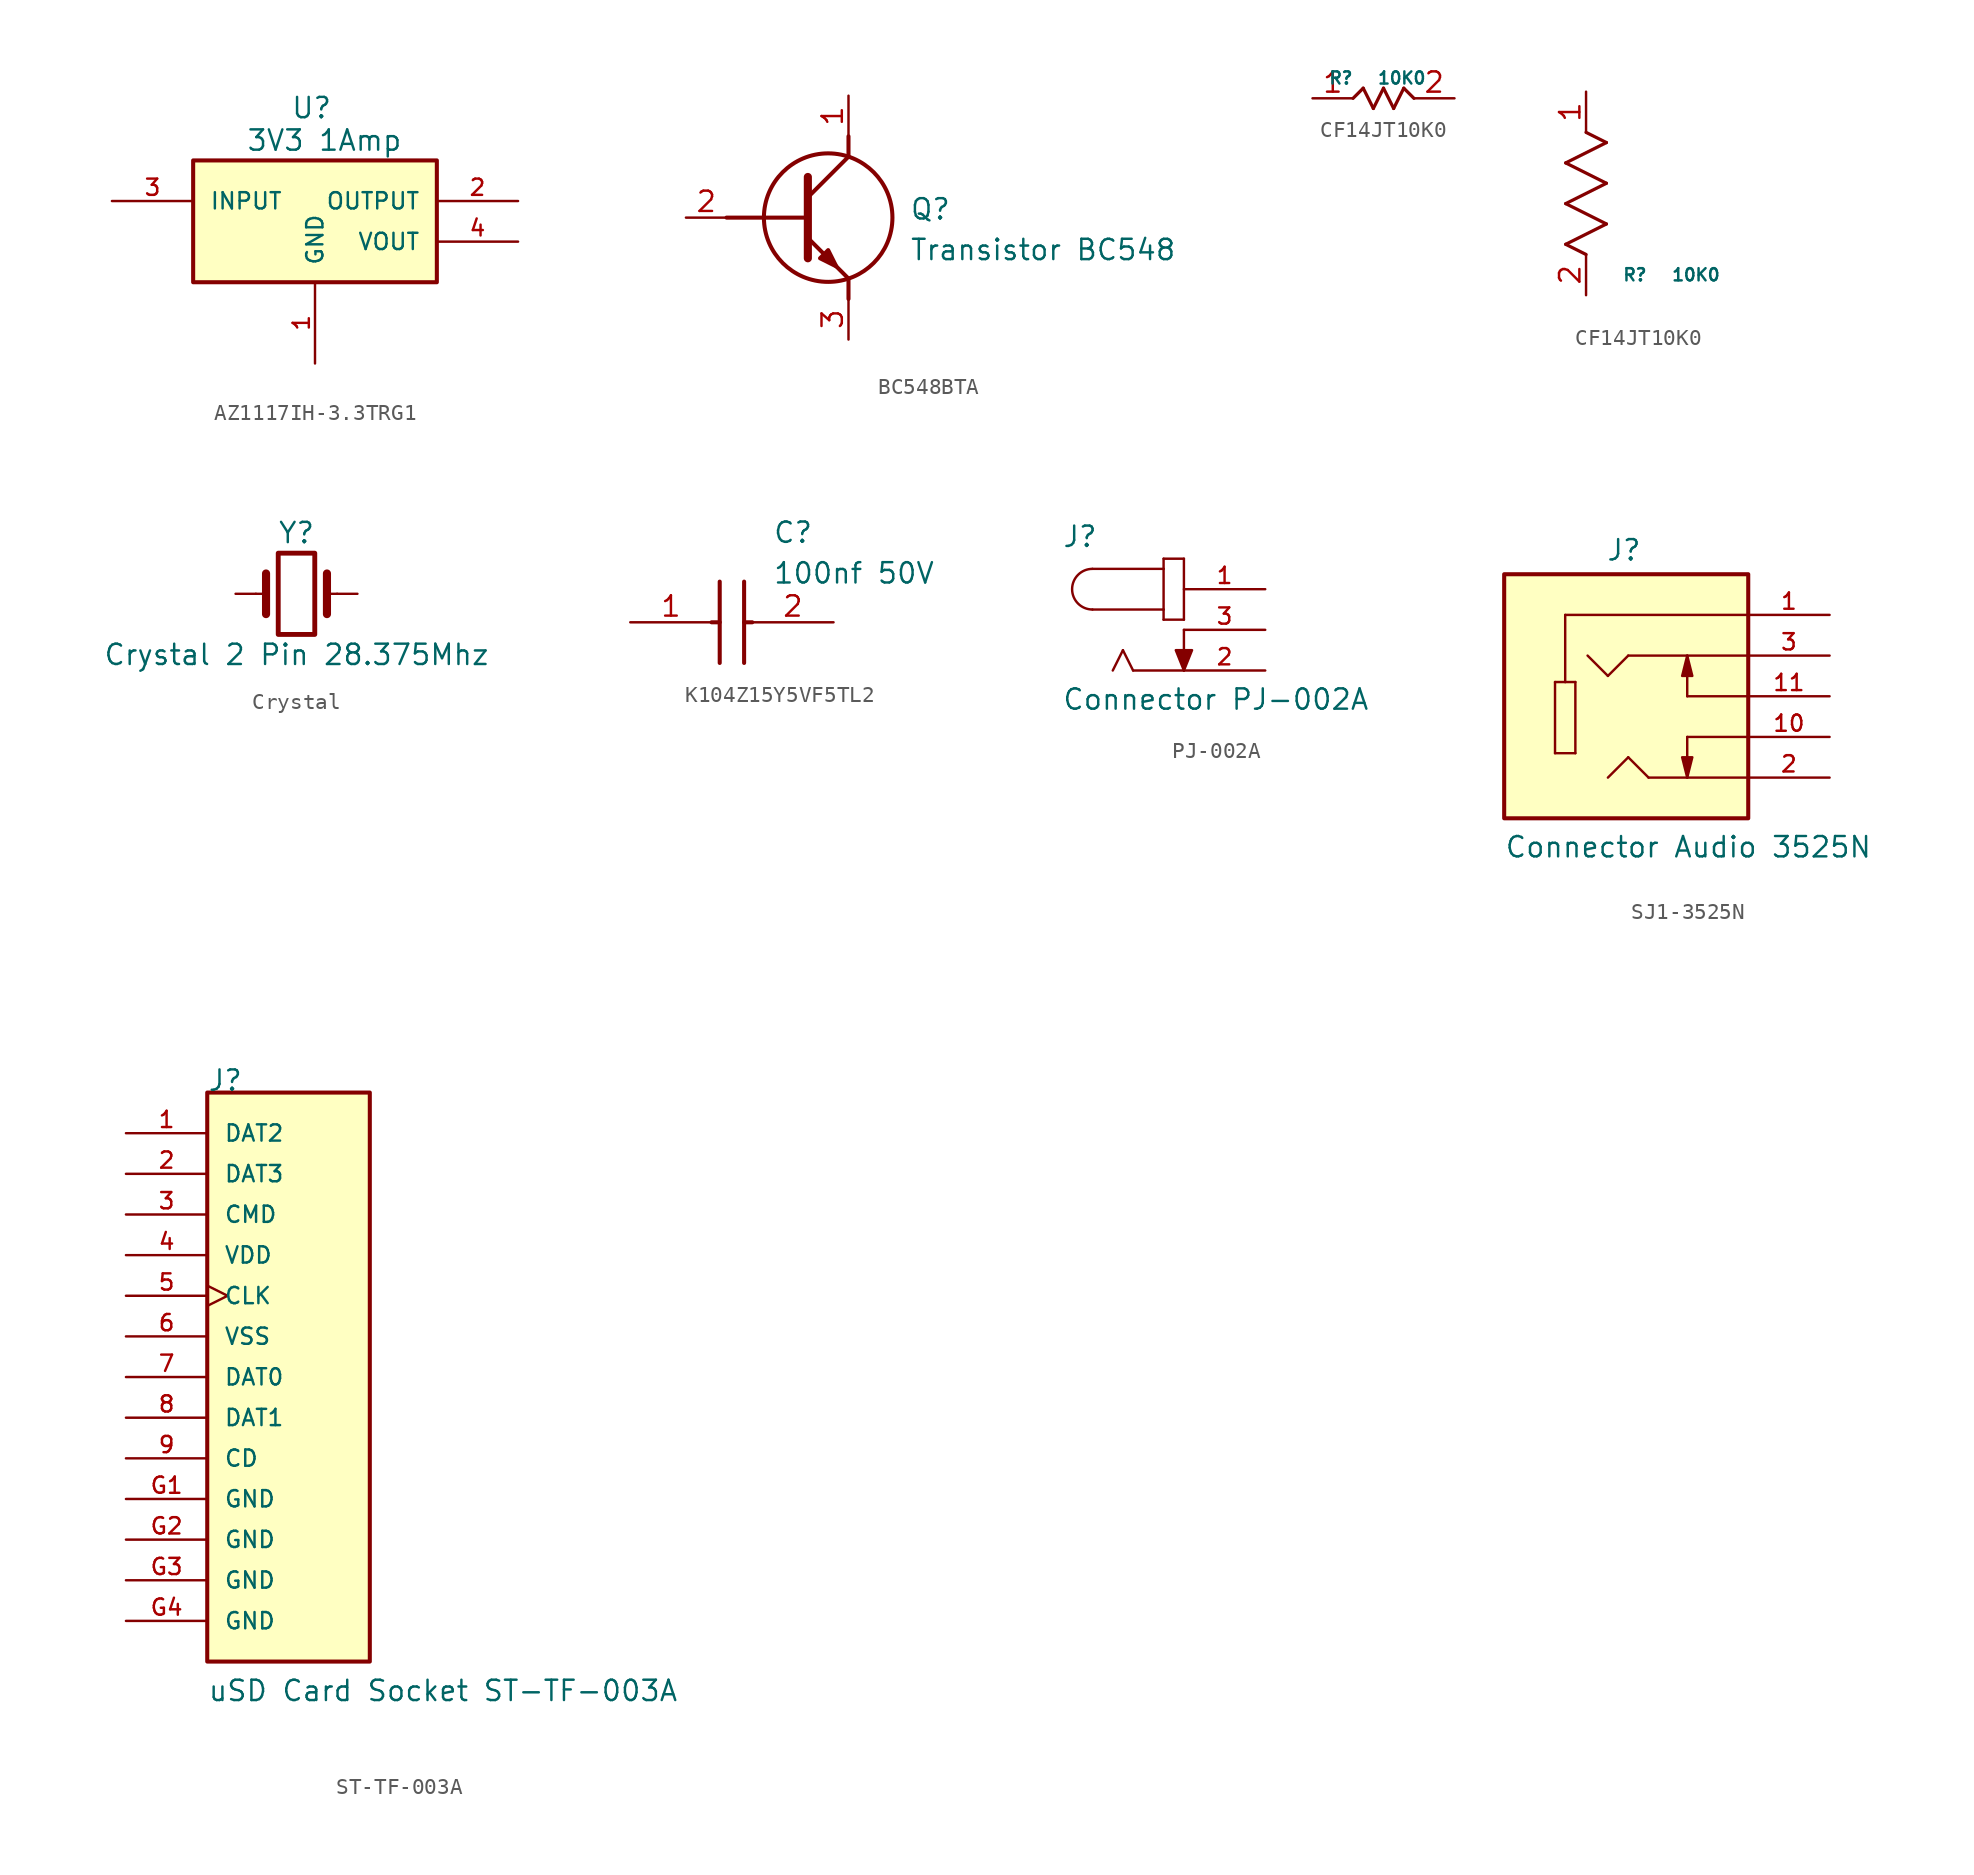
<source format=kicad_sym>
(kicad_symbol_lib
  (version 20241209)
  (generator "kicad_symbol_editor")
  (generator_version "9.0")
  (symbol "AZ1117IH-3.3TRG1"
    (pin_names
      (offset 1.016))
    (property "Reference" "U"
      (at -1.524 10.16 0)
      (effects (font (size 1.27 1.27)) (justify left bottom)))
    (property "Value" "3V3 1Amp"
      (at -4.318 8.128 0)
      (effects (font (size 1.27 1.27)) (justify left bottom)))
    (symbol "AZ1117IH-3.3TRG1_0_0"
      (rectangle (start -7.62 7.62) (end 7.62 0) (stroke (width 0.254) (type default)) (fill (type background)))
      (pin input line (at -12.7 5.08 0) (length 5.08) (name "INPUT" (effects (font (size 1.016 1.016)))) (number "3" (effects (font (size 1.016 1.016)))))
      (pin power_in line (at 0 -5.08 90) (length 5.08) (name "GND" (effects (font (size 1.016 1.016)))) (number "1" (effects (font (size 1.016 1.016)))))
      (pin output line (at 12.7 5.08 180) (length 5.08) (name "OUTPUT" (effects (font (size 1.016 1.016)))) (number "2" (effects (font (size 1.016 1.016)))))
      (pin output line (at 12.7 2.54 180) (length 5.08) (name "VOUT" (effects (font (size 1.016 1.016)))) (number "4" (effects (font (size 1.016 1.016)))))))
  (symbol "BC548BTA"
    (pin_names
      (hide yes))
    (property "Reference" "Q"
      (at 13.97 1.27 0)
      (effects (font (size 1.27 1.27)) (justify left top)))
    (property "Value" "Transistor BC548"
      (at 13.97 -1.27 0)
      (effects (font (size 1.27 1.27)) (justify left top)))
    (symbol "BC548BTA_1_1"
      (polyline (pts (xy 2.54 0) (xy 7.62 0)) (stroke (width 0.254) (type default)) (fill (type none)))
      (polyline (pts (xy 7.62 2.54) (xy 7.62 -2.54)) (stroke (width 0.508) (type default)) (fill (type none)))
      (polyline (pts (xy 7.62 1.27) (xy 10.16 3.81)) (stroke (width 0.254) (type default)) (fill (type none)))
      (polyline (pts (xy 7.62 -1.27) (xy 10.16 -3.81)) (stroke (width 0.254) (type default)) (fill (type none)))
      (polyline (pts (xy 8.382 -2.54) (xy 8.89 -2.032) (xy 9.398 -3.048) (xy 8.382 -2.54)) (stroke (width 0.254) (type default)) (fill (type outline)))
      (circle (center 8.89 0) (radius 4.016) (stroke (width 0.254) (type default)) (fill (type none)))
      (polyline (pts (xy 10.16 3.81) (xy 10.16 5.08)) (stroke (width 0.254) (type default)) (fill (type none)))
      (polyline (pts (xy 10.16 -3.81) (xy 10.16 -5.08)) (stroke (width 0.254) (type default)) (fill (type none)))
      (pin passive line (at 0 0 0) (length 2.54) (name "B" (effects (font (size 1.27 1.27)))) (number "2" (effects (font (size 1.27 1.27)))))
      (pin passive line (at 10.16 7.62 270) (length 2.54) (name "C" (effects (font (size 1.27 1.27)))) (number "1" (effects (font (size 1.27 1.27)))))
      (pin passive line (at 10.16 -7.62 90) (length 2.54) (name "E" (effects (font (size 1.27 1.27)))) (number "3" (effects (font (size 1.27 1.27)))))))
  (symbol "CF14JT10K0"
    (pin_names
      (offset 0.254))
    (property "Reference" "R"
      (at 3.048 1.27 0)
      (effects (font (size 0.762 0.762))))
    (property "Value" "10K0"
      (at 6.858 1.27 0)
      (effects (font (size 0.762 0.762))))
    (symbol "CF14JT10K0_1_1"
      (polyline (pts (xy 3.81 0) (xy 4.445 0.635)) (stroke (width 0.203) (type default)) (fill (type none)))
      (polyline (pts (xy 4.445 0.635) (xy 5.08 -0.635)) (stroke (width 0.203) (type default)) (fill (type none)))
      (polyline (pts (xy 5.08 -0.635) (xy 5.715 0.635)) (stroke (width 0.203) (type default)) (fill (type none)))
      (polyline (pts (xy 5.715 0.635) (xy 6.35 -0.635)) (stroke (width 0.203) (type default)) (fill (type none)))
      (polyline (pts (xy 6.35 -0.635) (xy 6.985 0.635)) (stroke (width 0.203) (type default)) (fill (type none)))
      (polyline (pts (xy 6.985 0.635) (xy 7.62 0)) (stroke (width 0.203) (type default)) (fill (type none)))
      (pin unspecified line (at 1.27 0 0) (length 2.54) (name "" (effects (font (size 1.27 1.27)))) (number "1" (effects (font (size 1.27 1.27)))))
      (pin unspecified line (at 10.16 0 180) (length 2.54) (name "" (effects (font (size 1.27 1.27)))) (number "2" (effects (font (size 1.27 1.27))))))
    (symbol "CF14JT10K0_1_2"
      (polyline (pts (xy -1.27 8.255) (xy 1.27 9.525)) (stroke (width 0.203) (type default)) (fill (type none)))
      (polyline (pts (xy -1.27 5.715) (xy 1.27 6.985)) (stroke (width 0.203) (type default)) (fill (type none)))
      (polyline (pts (xy -1.27 3.175) (xy 1.27 4.445)) (stroke (width 0.203) (type default)) (fill (type none)))
      (polyline (pts (xy 0 2.54) (xy -1.27 3.175)) (stroke (width 0.203) (type default)) (fill (type none)))
      (polyline (pts (xy 1.27 9.525) (xy 0 10.16)) (stroke (width 0.203) (type default)) (fill (type none)))
      (polyline (pts (xy 1.27 6.985) (xy -1.27 8.255)) (stroke (width 0.203) (type default)) (fill (type none)))
      (polyline (pts (xy 1.27 4.445) (xy -1.27 5.715)) (stroke (width 0.203) (type default)) (fill (type none)))
      (pin unspecified line (at 0 12.7 270) (length 2.54) (name "" (effects (font (size 1.27 1.27)))) (number "1" (effects (font (size 1.27 1.27)))))
      (pin unspecified line (at 0 0 90) (length 2.54) (name "" (effects (font (size 1.27 1.27)))) (number "2" (effects (font (size 1.27 1.27)))))))
  (symbol "Crystal"
    (pin_numbers
      (hide yes))
    (pin_names
      (offset 1.016)
      (hide yes))
    (property "Reference" "Y"
      (at 0 3.81 0)
      (effects (font (size 1.27 1.27))))
    (property "Value" "Crystal 2 Pin 28.375Mhz"
      (at 0 -3.81 0)
      (effects (font (size 1.27 1.27))))
    (symbol "Crystal_0_1"
      (polyline (pts (xy -2.54 0) (xy -1.905 0)) (stroke (width 0) (type default)) (fill (type none)))
      (polyline (pts (xy -1.905 -1.27) (xy -1.905 1.27)) (stroke (width 0.508) (type default)) (fill (type none)))
      (rectangle (start -1.143 2.54) (end 1.143 -2.54) (stroke (width 0.305) (type default)) (fill (type none)))
      (polyline (pts (xy 1.905 -1.27) (xy 1.905 1.27)) (stroke (width 0.508) (type default)) (fill (type none)))
      (polyline (pts (xy 2.54 0) (xy 1.905 0)) (stroke (width 0) (type default)) (fill (type none))))
    (symbol "Crystal_1_1"
      (pin passive line (at -3.81 0 0) (length 1.27) (name "1" (effects (font (size 1.27 1.27)))) (number "1" (effects (font (size 1.27 1.27)))))
      (pin passive line (at 3.81 0 180) (length 1.27) (name "2" (effects (font (size 1.27 1.27)))) (number "2" (effects (font (size 1.27 1.27)))))))
  (symbol "K104Z15Y5VF5TL2"
    (pin_names
      (hide yes))
    (property "Reference" "C"
      (at 8.89 6.35 0)
      (effects (font (size 1.27 1.27)) (justify left top)))
    (property "Value" "100nf 50V"
      (at 8.89 3.81 0)
      (effects (font (size 1.27 1.27)) (justify left top)))
    (symbol "K104Z15Y5VF5TL2_1_1"
      (polyline (pts (xy 5.08 0) (xy 5.588 0)) (stroke (width 0.254) (type default)) (fill (type none)))
      (polyline (pts (xy 5.588 2.54) (xy 5.588 -2.54)) (stroke (width 0.254) (type default)) (fill (type none)))
      (polyline (pts (xy 7.112 2.54) (xy 7.112 -2.54)) (stroke (width 0.254) (type default)) (fill (type none)))
      (polyline (pts (xy 7.112 0) (xy 7.62 0)) (stroke (width 0.254) (type default)) (fill (type none)))
      (pin passive line (at 0 0 0) (length 5.08) (name "+" (effects (font (size 1.27 1.27)))) (number "1" (effects (font (size 1.27 1.27)))))
      (pin passive line (at 12.7 0 180) (length 5.08) (name "-" (effects (font (size 1.27 1.27)))) (number "2" (effects (font (size 1.27 1.27)))))))
  (symbol "PJ-002A"
    (pin_names
      (offset 1.016))
    (property "Reference" "J"
      (at -7.621 5.081 0)
      (effects (font (size 1.27 1.27)) (justify left bottom)))
    (property "Value" "Connector PJ-002A"
      (at -7.632 -5.088 0)
      (effects (font (size 1.27 1.27)) (justify left bottom)))
    (symbol "PJ-002A_0_0"
      (polyline (pts (xy -5.715 3.81) (xy -1.27 3.81)) (stroke (width 0.152) (type default)) (fill (type none)))
      (arc (start -5.715 1.27) (mid -6.9794 2.54) (end -5.715 3.81) (stroke (width 0.1524) (type default)) (fill (type none)))
      (polyline (pts (xy -3.81 -1.27) (xy -4.445 -2.54)) (stroke (width 0.152) (type default)) (fill (type none)))
      (polyline (pts (xy -3.175 -2.54) (xy -3.81 -1.27)) (stroke (width 0.152) (type default)) (fill (type none)))
      (polyline (pts (xy -1.27 4.445) (xy -1.27 3.81)) (stroke (width 0.152) (type default)) (fill (type none)))
      (polyline (pts (xy -1.27 3.81) (xy -1.27 1.27)) (stroke (width 0.152) (type default)) (fill (type none)))
      (polyline (pts (xy -1.27 1.27) (xy -5.715 1.27)) (stroke (width 0.152) (type default)) (fill (type none)))
      (polyline (pts (xy -1.27 1.27) (xy -1.27 0.635)) (stroke (width 0.152) (type default)) (fill (type none)))
      (polyline (pts (xy -1.27 0.635) (xy 0 0.635)) (stroke (width 0.152) (type default)) (fill (type none)))
      (polyline (pts (xy 0 4.445) (xy -1.27 4.445)) (stroke (width 0.152) (type default)) (fill (type none)))
      (polyline (pts (xy 0 0.635) (xy 0 4.445)) (stroke (width 0.152) (type default)) (fill (type none)))
      (polyline (pts (xy 0 0) (xy 0 -2.54)) (stroke (width 0.152) (type default)) (fill (type none)))
      (polyline (pts (xy 0 -2.54) (xy -3.175 -2.54)) (stroke (width 0.152) (type default)) (fill (type none)))
      (polyline (pts (xy 0 -2.54) (xy -0.508 -1.27) (xy 0.508 -1.27) (xy 0 -2.54)) (stroke (width 0.152) (type default)) (fill (type outline)))
      (pin passive line (at 5.08 2.54 180) (length 5.08) (name "~" (effects (font (size 1.016 1.016)))) (number "1" (effects (font (size 1.016 1.016)))))
      (pin passive line (at 5.08 0 180) (length 5.08) (name "~" (effects (font (size 1.016 1.016)))) (number "3" (effects (font (size 1.016 1.016)))))
      (pin passive line (at 5.08 -2.54 180) (length 5.08) (name "~" (effects (font (size 1.016 1.016)))) (number "2" (effects (font (size 1.016 1.016)))))))
  (symbol "SJ1-3525N"
    (pin_names
      (offset 1.016))
    (property "Reference" "J"
      (at -1.27 8.382 0)
      (effects (font (size 1.27 1.27)) (justify left bottom)))
    (property "Value" "Connector Audio 3525N"
      (at -7.62 -10.16 0)
      (effects (font (size 1.27 1.27)) (justify left bottom)))
    (symbol "SJ1-3525N_0_0"
      (rectangle (start -7.62 -7.62) (end 7.62 7.62) (stroke (width 0.254) (type default)) (fill (type background)))
      (polyline (pts (xy -4.445 0.889) (xy -3.81 0.889)) (stroke (width 0.152) (type default)) (fill (type none)))
      (polyline (pts (xy -4.445 -3.556) (xy -4.445 0.889)) (stroke (width 0.152) (type default)) (fill (type none)))
      (polyline (pts (xy -3.81 5.08) (xy -3.81 0.889)) (stroke (width 0.152) (type default)) (fill (type none)))
      (polyline (pts (xy -3.81 0.889) (xy -3.175 0.889)) (stroke (width 0.152) (type default)) (fill (type none)))
      (polyline (pts (xy -3.175 0.889) (xy -3.175 -3.556)) (stroke (width 0.152) (type default)) (fill (type none)))
      (polyline (pts (xy -3.175 -3.556) (xy -4.445 -3.556)) (stroke (width 0.152) (type default)) (fill (type none)))
      (polyline (pts (xy -1.143 1.27) (xy -2.413 2.54)) (stroke (width 0.152) (type default)) (fill (type none)))
      (polyline (pts (xy 0.127 2.54) (xy -1.143 1.27)) (stroke (width 0.152) (type default)) (fill (type none)))
      (polyline (pts (xy 0.127 -3.81) (xy -1.143 -5.08)) (stroke (width 0.152) (type default)) (fill (type none)))
      (polyline (pts (xy 1.397 -5.08) (xy 0.127 -3.81)) (stroke (width 0.152) (type default)) (fill (type none)))
      (polyline (pts (xy 3.81 2.54) (xy 4.128 1.27) (xy 3.493 1.27) (xy 3.81 2.54)) (stroke (width 0.152) (type default)) (fill (type outline)))
      (polyline (pts (xy 3.81 0) (xy 3.81 2.54)) (stroke (width 0.152) (type default)) (fill (type none)))
      (polyline (pts (xy 3.81 -2.54) (xy 3.81 -5.08)) (stroke (width 0.152) (type default)) (fill (type none)))
      (polyline (pts (xy 3.81 -5.08) (xy 3.493 -3.81) (xy 4.128 -3.81) (xy 3.81 -5.08)) (stroke (width 0.152) (type default)) (fill (type outline)))
      (polyline (pts (xy 7.62 5.08) (xy -3.81 5.08)) (stroke (width 0.152) (type default)) (fill (type none)))
      (polyline (pts (xy 7.62 2.54) (xy 0.127 2.54)) (stroke (width 0.152) (type default)) (fill (type none)))
      (polyline (pts (xy 7.62 0) (xy 3.81 0)) (stroke (width 0.152) (type default)) (fill (type none)))
      (polyline (pts (xy 7.62 -2.54) (xy 3.81 -2.54)) (stroke (width 0.152) (type default)) (fill (type none)))
      (polyline (pts (xy 7.62 -5.08) (xy 1.397 -5.08)) (stroke (width 0.152) (type default)) (fill (type none)))
      (pin passive line (at 12.7 5.08 180) (length 5.08) (name "~" (effects (font (size 1.016 1.016)))) (number "1" (effects (font (size 1.016 1.016)))))
      (pin passive line (at 12.7 2.54 180) (length 5.08) (name "~" (effects (font (size 1.016 1.016)))) (number "3" (effects (font (size 1.016 1.016)))))
      (pin passive line (at 12.7 0 180) (length 5.08) (name "~" (effects (font (size 1.016 1.016)))) (number "11" (effects (font (size 1.016 1.016)))))
      (pin passive line (at 12.7 -2.54 180) (length 5.08) (name "~" (effects (font (size 1.016 1.016)))) (number "10" (effects (font (size 1.016 1.016)))))
      (pin passive line (at 12.7 -5.08 180) (length 5.08) (name "~" (effects (font (size 1.016 1.016)))) (number "2" (effects (font (size 1.016 1.016)))))))
  (symbol "ST-TF-003A"
    (pin_names
      (offset 1.016))
    (property "Reference" "J"
      (at 0 17.794 0)
      (effects (font (size 1.27 1.27)) (justify left bottom)))
    (property "Value" "uSD Card Socket ST-TF-003A"
      (at 0 -20.349 0)
      (effects (font (size 1.27 1.27)) (justify left bottom)))
    (symbol "ST-TF-003A_0_0"
      (rectangle (start 0 17.78) (end 10.16 -17.78) (stroke (width 0.254) (type default)) (fill (type background)))
      (pin bidirectional line (at -5.08 15.24 0) (length 5.08) (name "DAT2" (effects (font (size 1.016 1.016)))) (number "1" (effects (font (size 1.016 1.016)))))
      (pin bidirectional line (at -5.08 12.7 0) (length 5.08) (name "DAT3" (effects (font (size 1.016 1.016)))) (number "2" (effects (font (size 1.016 1.016)))))
      (pin bidirectional line (at -5.08 10.16 0) (length 5.08) (name "CMD" (effects (font (size 1.016 1.016)))) (number "3" (effects (font (size 1.016 1.016)))))
      (pin power_in line (at -5.08 7.62 0) (length 5.08) (name "VDD" (effects (font (size 1.016 1.016)))) (number "4" (effects (font (size 1.016 1.016)))))
      (pin input clock (at -5.08 5.08 0) (length 5.08) (name "CLK" (effects (font (size 1.016 1.016)))) (number "5" (effects (font (size 1.016 1.016)))))
      (pin passive line (at -5.08 2.54 0) (length 5.08) (name "VSS" (effects (font (size 1.016 1.016)))) (number "6" (effects (font (size 1.016 1.016)))))
      (pin bidirectional line (at -5.08 0 0) (length 5.08) (name "DAT0" (effects (font (size 1.016 1.016)))) (number "7" (effects (font (size 1.016 1.016)))))
      (pin bidirectional line (at -5.08 -2.54 0) (length 5.08) (name "DAT1" (effects (font (size 1.016 1.016)))) (number "8" (effects (font (size 1.016 1.016)))))
      (pin input line (at -5.08 -5.08 0) (length 5.08) (name "CD" (effects (font (size 1.016 1.016)))) (number "9" (effects (font (size 1.016 1.016)))))
      (pin passive line (at -5.08 -7.62 0) (length 5.08) (name "GND" (effects (font (size 1.016 1.016)))) (number "G1" (effects (font (size 1.016 1.016)))))
      (pin passive line (at -5.08 -10.16 0) (length 5.08) (name "GND" (effects (font (size 1.016 1.016)))) (number "G2" (effects (font (size 1.016 1.016)))))
      (pin passive line (at -5.08 -12.7 0) (length 5.08) (name "GND" (effects (font (size 1.016 1.016)))) (number "G3" (effects (font (size 1.016 1.016)))))
      (pin passive line (at -5.08 -15.24 0) (length 5.08) (name "GND" (effects (font (size 1.016 1.016)))) (number "G4" (effects (font (size 1.016 1.016))))))))
</source>
